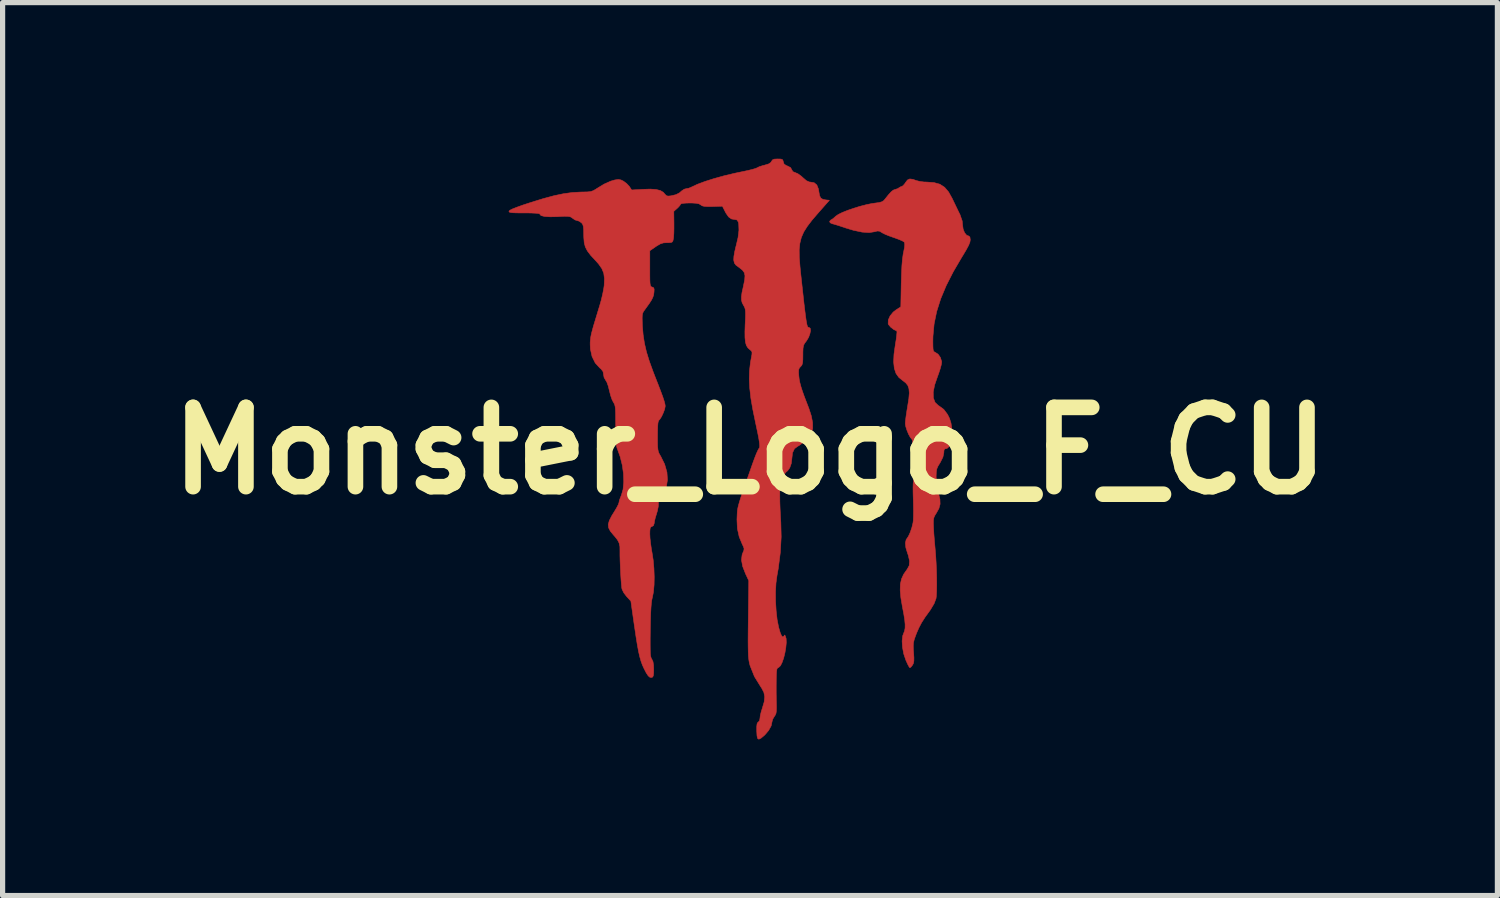
<source format=kicad_pcb>
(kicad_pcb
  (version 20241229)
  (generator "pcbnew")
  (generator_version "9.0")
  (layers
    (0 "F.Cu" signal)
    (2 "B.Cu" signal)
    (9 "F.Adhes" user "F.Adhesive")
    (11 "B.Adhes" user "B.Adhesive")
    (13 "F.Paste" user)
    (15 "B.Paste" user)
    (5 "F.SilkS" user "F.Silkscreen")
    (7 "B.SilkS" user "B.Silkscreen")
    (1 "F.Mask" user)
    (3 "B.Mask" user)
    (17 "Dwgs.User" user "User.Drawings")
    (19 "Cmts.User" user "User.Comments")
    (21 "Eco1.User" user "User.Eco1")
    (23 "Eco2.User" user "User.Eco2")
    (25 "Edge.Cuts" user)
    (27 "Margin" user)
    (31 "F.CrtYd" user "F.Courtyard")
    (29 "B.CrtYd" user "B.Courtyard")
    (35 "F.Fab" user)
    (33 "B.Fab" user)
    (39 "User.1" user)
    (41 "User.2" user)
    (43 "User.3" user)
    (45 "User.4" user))
  (footprint "Monster_Logo_F_CU"
    (layer "F.Cu")
    (at 11.365 5.614)
    (property "Reference" "Monster_Logo_F_CU" (at 0 0 0) (layer "F.SilkS") (effects (font (size 1.524 1.524) (thickness 0.3))))
    (attr through_hole)
    (fp_poly (pts (xy 3.132 -5.217) (xy 3.189 -5.196) (xy 3.253 -5.179) (xy 3.337 -5.167) (xy 3.397 -5.165) (xy 3.536 -5.155) (xy 3.648 -5.124) (xy 3.739 -5.065) (xy 3.816 -4.975) (xy 3.887 -4.847) (xy 3.895 -4.83) (xy 3.94 -4.736) (xy 3.985 -4.642) (xy 4.022 -4.566) (xy 4.033 -4.546) (xy 4.078 -4.417) (xy 4.085 -4.342) (xy 4.096 -4.26) (xy 4.124 -4.19) (xy 4.163 -4.143) (xy 4.203 -4.128) (xy 4.226 -4.108) (xy 4.233 -4.055) (xy 4.226 -4.01) (xy 4.201 -3.948) (xy 4.156 -3.864) (xy 4.089 -3.751) (xy 4.077 -3.733) (xy 3.907 -3.443) (xy 3.77 -3.174) (xy 3.664 -2.92) (xy 3.587 -2.676) (xy 3.538 -2.438) (xy 3.516 -2.202) (xy 3.514 -2.105) (xy 3.515 -2.012) (xy 3.518 -1.952) (xy 3.526 -1.918) (xy 3.541 -1.901) (xy 3.555 -1.895) (xy 3.614 -1.857) (xy 3.659 -1.793) (xy 3.682 -1.718) (xy 3.683 -1.701) (xy 3.675 -1.65) (xy 3.654 -1.573) (xy 3.624 -1.482) (xy 3.606 -1.434) (xy 3.548 -1.266) (xy 3.521 -1.127) (xy 3.524 -1.015) (xy 3.557 -0.929) (xy 3.62 -0.869) (xy 3.636 -0.86) (xy 3.724 -0.795) (xy 3.796 -0.699) (xy 3.833 -0.625) (xy 3.862 -0.535) (xy 3.878 -0.434) (xy 3.881 -0.33) (xy 3.872 -0.23) (xy 3.853 -0.144) (xy 3.824 -0.08) (xy 3.787 -0.046) (xy 3.769 -0.042) (xy 3.74 -0.035) (xy 3.727 -0.005) (xy 3.725 0.037) (xy 3.707 0.123) (xy 3.655 0.226) (xy 3.651 0.232) (xy 3.612 0.296) (xy 3.59 0.348) (xy 3.58 0.406) (xy 3.577 0.486) (xy 3.577 0.51) (xy 3.594 0.699) (xy 3.622 0.817) (xy 3.65 0.931) (xy 3.653 1.025) (xy 3.63 1.11) (xy 3.581 1.197) (xy 3.551 1.245) (xy 3.533 1.287) (xy 3.525 1.334) (xy 3.524 1.4) (xy 3.527 1.476) (xy 3.533 1.589) (xy 3.543 1.718) (xy 3.554 1.841) (xy 3.556 1.863) (xy 3.567 1.994) (xy 3.576 2.14) (xy 3.583 2.291) (xy 3.587 2.44) (xy 3.588 2.578) (xy 3.586 2.697) (xy 3.581 2.789) (xy 3.575 2.839) (xy 3.539 2.935) (xy 3.472 3.048) (xy 3.447 3.084) (xy 3.361 3.203) (xy 3.297 3.304) (xy 3.247 3.399) (xy 3.202 3.501) (xy 3.185 3.546) (xy 3.157 3.623) (xy 3.142 3.686) (xy 3.137 3.75) (xy 3.14 3.831) (xy 3.144 3.879) (xy 3.15 3.975) (xy 3.149 4.039) (xy 3.141 4.083) (xy 3.124 4.117) (xy 3.094 4.155) (xy 3.072 4.17) (xy 3.057 4.152) (xy 3.031 4.104) (xy 3 4.036) (xy 2.996 4.027) (xy 2.954 3.903) (xy 2.93 3.775) (xy 2.923 3.657) (xy 2.934 3.557) (xy 2.95 3.513) (xy 2.97 3.463) (xy 2.98 3.408) (xy 2.981 3.339) (xy 2.973 3.249) (xy 2.954 3.131) (xy 2.929 3.001) (xy 2.899 2.825) (xy 2.886 2.681) (xy 2.889 2.563) (xy 2.912 2.462) (xy 2.953 2.372) (xy 3.014 2.285) (xy 3.019 2.279) (xy 3.059 2.206) (xy 3.066 2.118) (xy 3.042 2.009) (xy 3.027 1.968) (xy 2.995 1.863) (xy 2.986 1.773) (xy 3.001 1.706) (xy 3.016 1.686) (xy 3.046 1.64) (xy 3.08 1.565) (xy 3.111 1.473) (xy 3.132 1.386) (xy 3.138 1.337) (xy 3.141 1.254) (xy 3.142 1.147) (xy 3.14 1.027) (xy 3.138 0.948) (xy 3.134 0.811) (xy 3.133 0.709) (xy 3.135 0.633) (xy 3.141 0.577) (xy 3.151 0.532) (xy 3.162 0.502) (xy 3.18 0.446) (xy 3.187 0.4) (xy 3.181 0.345) (xy 3.165 0.273) (xy 3.149 0.182) (xy 3.138 0.072) (xy 3.133 -0.033) (xy 3.133 -0.036) (xy 3.13 -0.118) (xy 3.124 -0.182) (xy 3.114 -0.219) (xy 3.111 -0.222) (xy 3.081 -0.257) (xy 3.047 -0.319) (xy 3.016 -0.394) (xy 2.993 -0.467) (xy 2.984 -0.523) (xy 2.988 -0.576) (xy 2.998 -0.658) (xy 3.013 -0.759) (xy 3.029 -0.857) (xy 3.052 -1.001) (xy 3.061 -1.111) (xy 3.054 -1.194) (xy 3.032 -1.257) (xy 2.991 -1.307) (xy 2.941 -1.345) (xy 2.862 -1.408) (xy 2.806 -1.486) (xy 2.773 -1.584) (xy 2.76 -1.707) (xy 2.767 -1.858) (xy 2.793 -2.042) (xy 2.809 -2.14) (xy 2.819 -2.222) (xy 2.824 -2.278) (xy 2.821 -2.302) (xy 2.821 -2.302) (xy 2.76 -2.332) (xy 2.703 -2.377) (xy 2.663 -2.424) (xy 2.655 -2.442) (xy 2.657 -2.514) (xy 2.691 -2.591) (xy 2.751 -2.665) (xy 2.808 -2.709) (xy 2.898 -2.767) (xy 2.906 -3.209) (xy 2.912 -3.403) (xy 2.919 -3.56) (xy 2.93 -3.686) (xy 2.944 -3.785) (xy 2.951 -3.817) (xy 2.969 -3.909) (xy 2.974 -3.969) (xy 2.968 -4.003) (xy 2.963 -4.012) (xy 2.933 -4.031) (xy 2.873 -4.058) (xy 2.795 -4.087) (xy 2.766 -4.097) (xy 2.678 -4.128) (xy 2.599 -4.16) (xy 2.543 -4.188) (xy 2.534 -4.194) (xy 2.488 -4.221) (xy 2.445 -4.224) (xy 2.398 -4.211) (xy 2.291 -4.194) (xy 2.154 -4.203) (xy 1.988 -4.238) (xy 1.841 -4.282) (xy 1.747 -4.314) (xy 1.665 -4.34) (xy 1.604 -4.358) (xy 1.579 -4.364) (xy 1.539 -4.383) (xy 1.53 -4.411) (xy 1.554 -4.437) (xy 1.558 -4.438) (xy 1.597 -4.463) (xy 1.643 -4.504) (xy 1.649 -4.51) (xy 1.696 -4.542) (xy 1.775 -4.581) (xy 1.878 -4.622) (xy 1.995 -4.662) (xy 2.118 -4.7) (xy 2.238 -4.731) (xy 2.346 -4.753) (xy 2.397 -4.76) (xy 2.48 -4.771) (xy 2.533 -4.786) (xy 2.569 -4.808) (xy 2.591 -4.834) (xy 2.661 -4.921) (xy 2.713 -4.978) (xy 2.753 -5.01) (xy 2.788 -5.023) (xy 2.789 -5.023) (xy 2.839 -5.039) (xy 2.862 -5.055) (xy 2.9 -5.077) (xy 2.915 -5.08) (xy 2.943 -5.097) (xy 2.978 -5.139) (xy 2.987 -5.154) (xy 3.026 -5.205) (xy 3.071 -5.225) (xy 3.132 -5.217)) (stroke (width 0.01) (type solid)) (fill yes) (layer "F.Cu"))
    (fp_poly (pts (xy 0.594 -5.607) (xy 0.624 -5.596) (xy 0.636 -5.571) (xy 0.639 -5.554) (xy 0.655 -5.51) (xy 0.7 -5.481) (xy 0.72 -5.474) (xy 0.78 -5.443) (xy 0.8 -5.405) (xy 0.824 -5.365) (xy 0.869 -5.347) (xy 0.92 -5.325) (xy 0.98 -5.282) (xy 1.016 -5.25) (xy 1.084 -5.191) (xy 1.142 -5.166) (xy 1.159 -5.165) (xy 1.233 -5.152) (xy 1.284 -5.109) (xy 1.314 -5.034) (xy 1.322 -4.987) (xy 1.336 -4.906) (xy 1.36 -4.857) (xy 1.4 -4.833) (xy 1.456 -4.822) (xy 1.525 -4.815) (xy 1.311 -4.572) (xy 1.193 -4.435) (xy 1.102 -4.316) (xy 1.033 -4.207) (xy 0.986 -4.1) (xy 0.958 -3.988) (xy 0.945 -3.862) (xy 0.947 -3.715) (xy 0.961 -3.538) (xy 0.972 -3.426) (xy 0.998 -3.189) (xy 1.02 -2.989) (xy 1.038 -2.826) (xy 1.054 -2.693) (xy 1.067 -2.59) (xy 1.078 -2.511) (xy 1.088 -2.454) (xy 1.096 -2.415) (xy 1.105 -2.39) (xy 1.113 -2.377) (xy 1.123 -2.372) (xy 1.133 -2.371) (xy 1.157 -2.354) (xy 1.163 -2.31) (xy 1.151 -2.25) (xy 1.126 -2.181) (xy 1.087 -2.115) (xy 1.07 -2.093) (xy 1.044 -2.058) (xy 1.028 -2.021) (xy 1.019 -1.971) (xy 1.016 -1.897) (xy 1.016 -1.843) (xy 1.015 -1.751) (xy 1.01 -1.691) (xy 0.999 -1.652) (xy 0.98 -1.626) (xy 0.971 -1.617) (xy 0.947 -1.59) (xy 0.935 -1.557) (xy 0.933 -1.504) (xy 0.938 -1.438) (xy 0.945 -1.375) (xy 0.958 -1.31) (xy 0.978 -1.235) (xy 1.007 -1.144) (xy 1.048 -1.03) (xy 1.103 -0.887) (xy 1.131 -0.815) (xy 1.178 -0.67) (xy 1.203 -0.54) (xy 1.204 -0.431) (xy 1.181 -0.35) (xy 1.179 -0.347) (xy 1.133 -0.281) (xy 1.069 -0.21) (xy 1.002 -0.145) (xy 0.94 -0.099) (xy 0.917 -0.087) (xy 0.854 -0.04) (xy 0.817 0.038) (xy 0.804 0.15) (xy 0.804 0.152) (xy 0.793 0.243) (xy 0.764 0.326) (xy 0.722 0.385) (xy 0.7 0.401) (xy 0.663 0.444) (xy 0.656 0.485) (xy 0.643 0.545) (xy 0.614 0.598) (xy 0.594 0.629) (xy 0.582 0.668) (xy 0.575 0.724) (xy 0.572 0.808) (xy 0.572 0.871) (xy 0.573 0.982) (xy 0.578 1.117) (xy 0.585 1.258) (xy 0.592 1.376) (xy 0.599 1.655) (xy 0.582 1.955) (xy 0.543 2.262) (xy 0.518 2.402) (xy 0.499 2.543) (xy 0.49 2.711) (xy 0.491 2.893) (xy 0.502 3.075) (xy 0.521 3.245) (xy 0.549 3.388) (xy 0.55 3.392) (xy 0.579 3.492) (xy 0.605 3.554) (xy 0.626 3.577) (xy 0.627 3.577) (xy 0.654 3.562) (xy 0.656 3.551) (xy 0.664 3.54) (xy 0.677 3.556) (xy 0.694 3.609) (xy 0.697 3.687) (xy 0.688 3.782) (xy 0.671 3.883) (xy 0.647 3.981) (xy 0.617 4.067) (xy 0.585 4.131) (xy 0.551 4.163) (xy 0.548 4.164) (xy 0.529 4.174) (xy 0.517 4.195) (xy 0.51 4.236) (xy 0.506 4.305) (xy 0.504 4.389) (xy 0.503 4.512) (xy 0.503 4.653) (xy 0.505 4.787) (xy 0.506 4.826) (xy 0.508 4.928) (xy 0.506 4.997) (xy 0.5 5.044) (xy 0.487 5.077) (xy 0.468 5.105) (xy 0.437 5.157) (xy 0.423 5.206) (xy 0.423 5.207) (xy 0.406 5.287) (xy 0.358 5.374) (xy 0.286 5.459) (xy 0.273 5.471) (xy 0.211 5.523) (xy 0.17 5.543) (xy 0.146 5.529) (xy 0.134 5.478) (xy 0.129 5.388) (xy 0.129 5.386) (xy 0.129 5.3) (xy 0.135 5.248) (xy 0.148 5.221) (xy 0.158 5.215) (xy 0.183 5.186) (xy 0.191 5.141) (xy 0.197 5.089) (xy 0.215 5.015) (xy 0.236 4.948) (xy 0.272 4.826) (xy 0.282 4.728) (xy 0.266 4.643) (xy 0.223 4.56) (xy 0.207 4.537) (xy 0.085 4.339) (xy 0.002 4.132) (xy -0.009 4.091) (xy -0.018 4.049) (xy -0.025 4.001) (xy -0.031 3.942) (xy -0.034 3.865) (xy -0.036 3.768) (xy -0.037 3.644) (xy -0.036 3.489) (xy -0.034 3.298) (xy -0.033 3.229) (xy -0.024 2.496) (xy -0.086 2.364) (xy -0.142 2.22) (xy -0.164 2.099) (xy -0.152 1.997) (xy -0.139 1.963) (xy -0.118 1.913) (xy -0.115 1.876) (xy -0.132 1.83) (xy -0.145 1.806) (xy -0.208 1.654) (xy -0.243 1.496) (xy -0.251 1.321) (xy -0.249 1.271) (xy -0.247 1.222) (xy -0.245 1.179) (xy -0.241 1.14) (xy -0.234 1.099) (xy -0.223 1.052) (xy -0.207 0.994) (xy -0.185 0.922) (xy -0.155 0.83) (xy -0.115 0.715) (xy -0.065 0.573) (xy -0.003 0.397) (xy 0.05 0.245) (xy 0.087 0.144) (xy 0.121 0.057) (xy 0.15 -0.007) (xy 0.168 -0.041) (xy 0.171 -0.044) (xy 0.182 -0.059) (xy 0.186 -0.092) (xy 0.182 -0.146) (xy 0.17 -0.227) (xy 0.149 -0.337) (xy 0.118 -0.483) (xy 0.106 -0.54) (xy 0.054 -0.792) (xy 0.016 -1.011) (xy -0.006 -1.205) (xy -0.015 -1.379) (xy -0.01 -1.54) (xy 0.008 -1.696) (xy 0.024 -1.784) (xy 0.037 -1.854) (xy 0.038 -1.894) (xy 0.027 -1.919) (xy 0.001 -1.941) (xy 0.001 -1.941) (xy -0.04 -1.977) (xy -0.07 -2.024) (xy -0.088 -2.088) (xy -0.097 -2.175) (xy -0.098 -2.292) (xy -0.094 -2.421) (xy -0.088 -2.54) (xy -0.086 -2.625) (xy -0.088 -2.685) (xy -0.094 -2.727) (xy -0.105 -2.76) (xy -0.122 -2.791) (xy -0.124 -2.794) (xy -0.151 -2.845) (xy -0.164 -2.897) (xy -0.165 -2.96) (xy -0.154 -3.043) (xy -0.129 -3.155) (xy -0.126 -3.171) (xy -0.103 -3.283) (xy -0.097 -3.364) (xy -0.11 -3.424) (xy -0.146 -3.473) (xy -0.206 -3.521) (xy -0.216 -3.528) (xy -0.272 -3.57) (xy -0.3 -3.608) (xy -0.312 -3.658) (xy -0.313 -3.674) (xy -0.31 -3.735) (xy -0.296 -3.82) (xy -0.274 -3.916) (xy -0.266 -3.946) (xy -0.23 -4.099) (xy -0.213 -4.239) (xy -0.217 -4.356) (xy -0.225 -4.397) (xy -0.252 -4.437) (xy -0.29 -4.445) (xy -0.357 -4.456) (xy -0.412 -4.495) (xy -0.462 -4.567) (xy -0.477 -4.595) (xy -0.531 -4.701) (xy -0.719 -4.695) (xy -0.815 -4.694) (xy -0.878 -4.698) (xy -0.919 -4.708) (xy -0.947 -4.726) (xy -0.947 -4.726) (xy -0.98 -4.746) (xy -1.03 -4.757) (xy -1.108 -4.762) (xy -1.161 -4.763) (xy -1.247 -4.76) (xy -1.307 -4.753) (xy -1.333 -4.743) (xy -1.333 -4.741) (xy -1.348 -4.715) (xy -1.384 -4.675) (xy -1.399 -4.661) (xy -1.465 -4.602) (xy -1.462 -4.375) (xy -1.462 -4.272) (xy -1.464 -4.178) (xy -1.469 -4.105) (xy -1.473 -4.074) (xy -1.483 -4.031) (xy -1.501 -4.009) (xy -1.538 -4.001) (xy -1.594 -4) (xy -1.664 -3.996) (xy -1.724 -3.977) (xy -1.791 -3.938) (xy -1.813 -3.923) (xy -1.926 -3.845) (xy -1.926 -3.502) (xy -1.926 -3.374) (xy -1.925 -3.283) (xy -1.922 -3.221) (xy -1.916 -3.183) (xy -1.907 -3.161) (xy -1.894 -3.151) (xy -1.881 -3.147) (xy -1.854 -3.135) (xy -1.843 -3.109) (xy -1.845 -3.057) (xy -1.847 -3.038) (xy -1.854 -2.991) (xy -1.869 -2.947) (xy -1.894 -2.897) (xy -1.935 -2.833) (xy -1.996 -2.748) (xy -2.024 -2.709) (xy -2.048 -2.676) (xy -2.063 -2.644) (xy -2.071 -2.606) (xy -2.073 -2.55) (xy -2.071 -2.469) (xy -2.068 -2.392) (xy -2.054 -2.227) (xy -2.029 -2.065) (xy -1.99 -1.898) (xy -1.934 -1.717) (xy -1.859 -1.511) (xy -1.831 -1.439) (xy -1.765 -1.271) (xy -1.714 -1.138) (xy -1.676 -1.035) (xy -1.651 -0.958) (xy -1.636 -0.903) (xy -1.63 -0.864) (xy -1.63 -0.857) (xy -1.64 -0.802) (xy -1.666 -0.731) (xy -1.699 -0.66) (xy -1.733 -0.606) (xy -1.746 -0.593) (xy -1.759 -0.574) (xy -1.769 -0.537) (xy -1.774 -0.478) (xy -1.777 -0.388) (xy -1.778 -0.28) (xy -1.778 -0.164) (xy -1.776 -0.082) (xy -1.77 -0.023) (xy -1.761 0.02) (xy -1.745 0.057) (xy -1.721 0.098) (xy -1.716 0.106) (xy -1.641 0.258) (xy -1.597 0.411) (xy -1.587 0.558) (xy -1.608 0.695) (xy -1.662 0.814) (xy -1.709 0.874) (xy -1.75 0.93) (xy -1.761 0.993) (xy -1.76 1.011) (xy -1.764 1.075) (xy -1.781 1.157) (xy -1.798 1.215) (xy -1.821 1.29) (xy -1.837 1.357) (xy -1.841 1.392) (xy -1.857 1.439) (xy -1.884 1.454) (xy -1.907 1.466) (xy -1.92 1.492) (xy -1.925 1.543) (xy -1.926 1.6) (xy -1.922 1.681) (xy -1.91 1.786) (xy -1.894 1.898) (xy -1.884 1.952) (xy -1.861 2.1) (xy -1.847 2.261) (xy -1.841 2.425) (xy -1.844 2.579) (xy -1.856 2.713) (xy -1.876 2.815) (xy -1.888 2.867) (xy -1.897 2.935) (xy -1.904 3.024) (xy -1.91 3.14) (xy -1.914 3.288) (xy -1.917 3.444) (xy -1.919 3.606) (xy -1.919 3.732) (xy -1.918 3.826) (xy -1.916 3.894) (xy -1.911 3.941) (xy -1.903 3.973) (xy -1.894 3.995) (xy -1.887 4.005) (xy -1.865 4.052) (xy -1.854 4.122) (xy -1.851 4.201) (xy -1.853 4.28) (xy -1.86 4.327) (xy -1.873 4.349) (xy -1.891 4.356) (xy -1.924 4.353) (xy -1.957 4.325) (xy -1.995 4.268) (xy -2.04 4.18) (xy -2.07 4.114) (xy -2.096 4.041) (xy -2.12 3.957) (xy -2.143 3.856) (xy -2.166 3.731) (xy -2.191 3.576) (xy -2.219 3.386) (xy -2.224 3.354) (xy -2.29 2.889) (xy -2.371 2.801) (xy -2.426 2.73) (xy -2.459 2.662) (xy -2.464 2.642) (xy -2.471 2.577) (xy -2.479 2.481) (xy -2.486 2.366) (xy -2.492 2.242) (xy -2.497 2.121) (xy -2.5 2.014) (xy -2.5 1.932) (xy -2.5 1.931) (xy -2.501 1.842) (xy -2.516 1.773) (xy -2.548 1.711) (xy -2.605 1.639) (xy -2.627 1.615) (xy -2.685 1.544) (xy -2.718 1.48) (xy -2.725 1.415) (xy -2.704 1.34) (xy -2.657 1.248) (xy -2.606 1.166) (xy -2.564 1.096) (xy -2.533 1.036) (xy -2.519 0.997) (xy -2.519 0.994) (xy -2.511 0.955) (xy -2.489 0.894) (xy -2.473 0.855) (xy -2.44 0.741) (xy -2.427 0.6) (xy -2.432 0.442) (xy -2.455 0.276) (xy -2.496 0.112) (xy -2.543 -0.018) (xy -2.558 -0.057) (xy -2.568 -0.103) (xy -2.575 -0.162) (xy -2.58 -0.241) (xy -2.582 -0.349) (xy -2.582 -0.491) (xy -2.583 -0.628) (xy -2.584 -0.73) (xy -2.587 -0.803) (xy -2.593 -0.853) (xy -2.602 -0.889) (xy -2.615 -0.916) (xy -2.626 -0.933) (xy -2.652 -0.984) (xy -2.679 -1.061) (xy -2.701 -1.148) (xy -2.703 -1.156) (xy -2.725 -1.245) (xy -2.751 -1.317) (xy -2.775 -1.357) (xy -2.805 -1.409) (xy -2.815 -1.466) (xy -2.825 -1.522) (xy -2.861 -1.57) (xy -2.887 -1.592) (xy -2.975 -1.688) (xy -3.036 -1.812) (xy -3.068 -1.955) (xy -3.072 -2.036) (xy -3.072 -2.087) (xy -3.068 -2.133) (xy -3.062 -2.182) (xy -3.051 -2.239) (xy -3.033 -2.31) (xy -3.008 -2.401) (xy -2.973 -2.516) (xy -2.929 -2.662) (xy -2.894 -2.776) (xy -2.861 -2.89) (xy -2.833 -3.008) (xy -2.812 -3.114) (xy -2.803 -3.178) (xy -2.798 -3.308) (xy -2.811 -3.412) (xy -2.848 -3.502) (xy -2.912 -3.593) (xy -2.973 -3.661) (xy -3.064 -3.759) (xy -3.126 -3.841) (xy -3.166 -3.919) (xy -3.187 -4.001) (xy -3.195 -4.1) (xy -3.196 -4.154) (xy -3.198 -4.247) (xy -3.203 -4.309) (xy -3.215 -4.349) (xy -3.234 -4.377) (xy -3.239 -4.381) (xy -3.283 -4.413) (xy -3.32 -4.424) (xy -3.363 -4.437) (xy -3.41 -4.469) (xy -3.435 -4.488) (xy -3.463 -4.5) (xy -3.503 -4.506) (xy -3.564 -4.507) (xy -3.656 -4.503) (xy -3.698 -4.5) (xy -3.844 -4.497) (xy -3.95 -4.504) (xy -4.017 -4.521) (xy -4.042 -4.55) (xy -4.043 -4.554) (xy -4.063 -4.561) (xy -4.117 -4.566) (xy -4.199 -4.57) (xy -4.301 -4.572) (xy -4.341 -4.572) (xy -4.459 -4.572) (xy -4.541 -4.574) (xy -4.593 -4.579) (xy -4.622 -4.586) (xy -4.632 -4.596) (xy -4.632 -4.606) (xy -4.614 -4.624) (xy -4.564 -4.649) (xy -4.48 -4.682) (xy -4.36 -4.725) (xy -4.204 -4.776) (xy -3.97 -4.848) (xy -3.766 -4.903) (xy -3.584 -4.941) (xy -3.417 -4.964) (xy -3.258 -4.973) (xy -3.21 -4.974) (xy -3.121 -4.976) (xy -3.06 -4.983) (xy -3.012 -5) (xy -2.96 -5.03) (xy -2.949 -5.038) (xy -2.806 -5.125) (xy -2.679 -5.182) (xy -2.601 -5.205) (xy -2.533 -5.215) (xy -2.481 -5.206) (xy -2.434 -5.183) (xy -2.373 -5.138) (xy -2.322 -5.084) (xy -2.317 -5.077) (xy -2.275 -5.013) (xy -2.064 -5.025) (xy -1.917 -5.03) (xy -1.805 -5.022) (xy -1.723 -5.002) (xy -1.666 -4.968) (xy -1.644 -4.942) (xy -1.612 -4.907) (xy -1.578 -4.895) (xy -1.522 -4.9) (xy -1.516 -4.901) (xy -1.424 -4.923) (xy -1.357 -4.957) (xy -1.311 -4.997) (xy -1.264 -5.028) (xy -1.226 -5.038) (xy -1.174 -5.048) (xy -1.125 -5.069) (xy -1.014 -5.121) (xy -0.868 -5.176) (xy -0.694 -5.231) (xy -0.501 -5.285) (xy -0.295 -5.334) (xy -0.142 -5.366) (xy -0.042 -5.387) (xy 0.044 -5.408) (xy 0.108 -5.427) (xy 0.138 -5.44) (xy 0.175 -5.459) (xy 0.237 -5.479) (xy 0.28 -5.49) (xy 0.357 -5.513) (xy 0.4 -5.542) (xy 0.412 -5.562) (xy 0.433 -5.592) (xy 0.469 -5.606) (xy 0.533 -5.609) (xy 0.594 -5.607)) (stroke (width 0.01) (type solid)) (fill yes) (layer "F.Cu")))
  (gr_rect
    (start -3 -3)
    (end 25.729 14.162)
    (stroke (width 0.1) (type default))
    (fill no)
    (layer "Edge.Cuts")))
</source>
